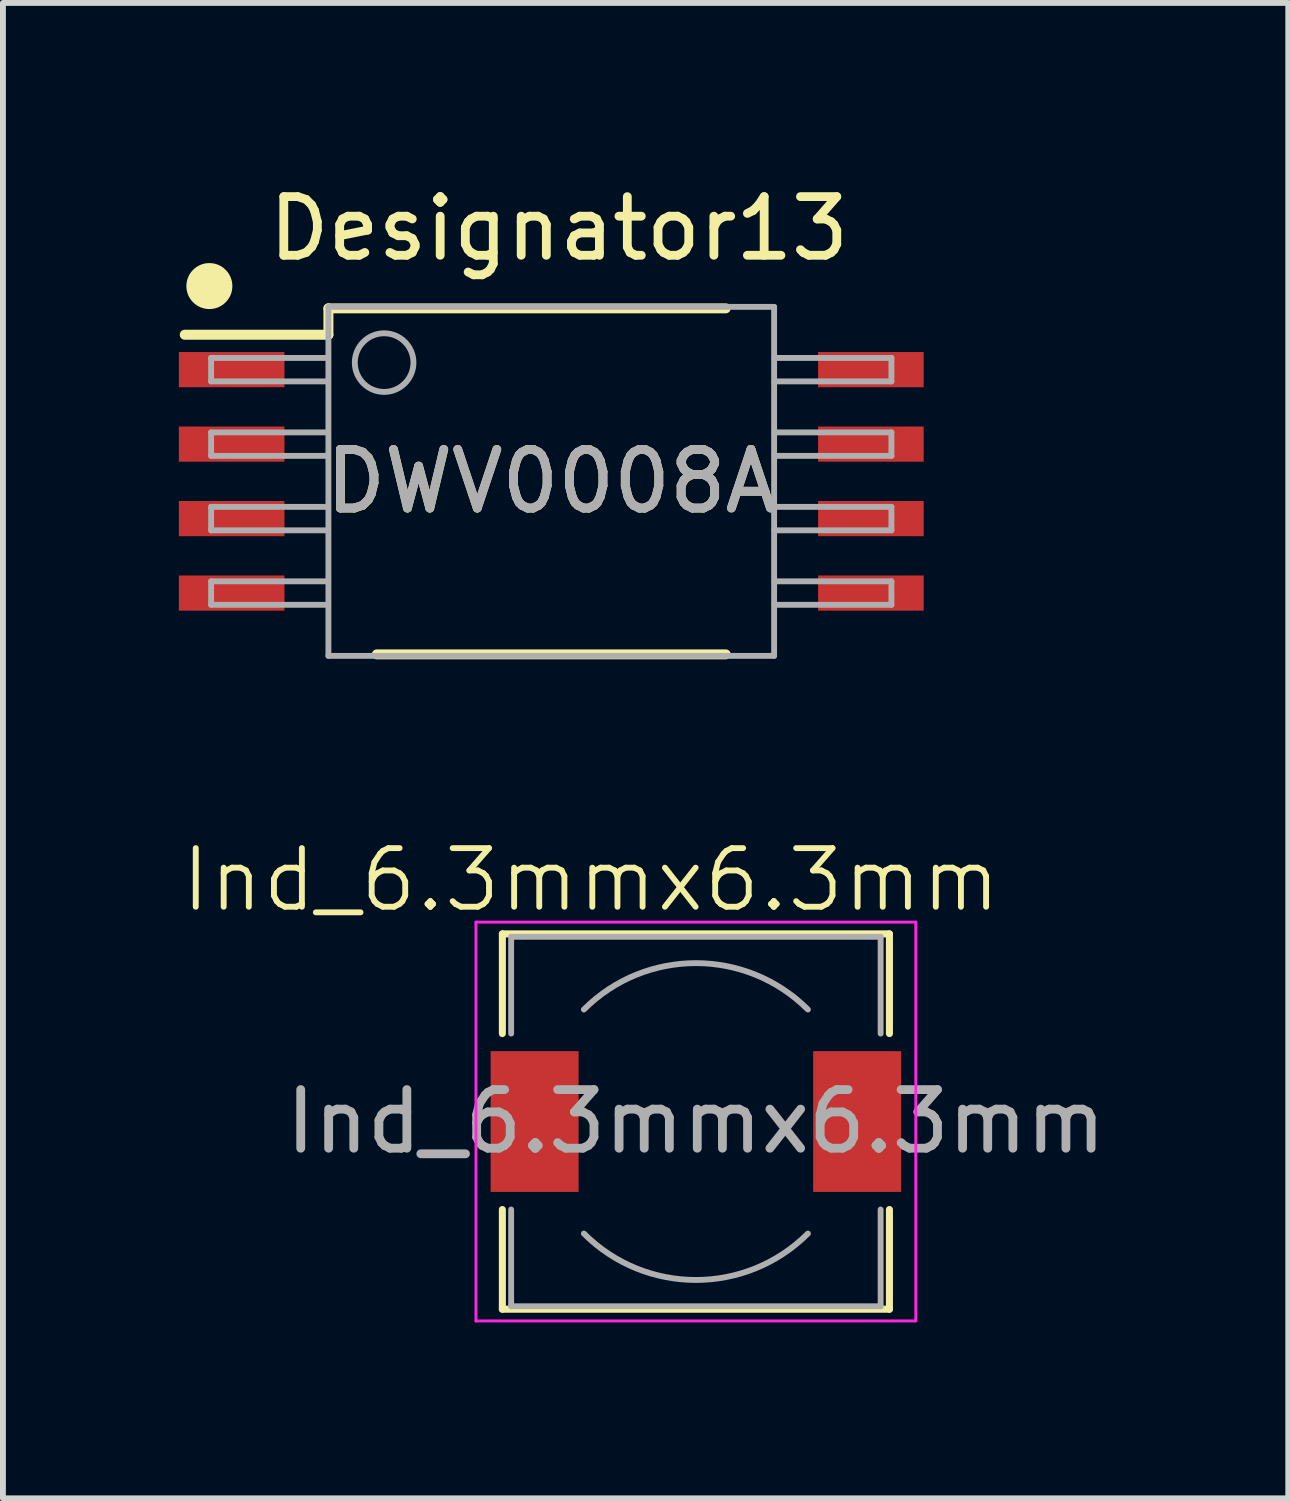
<source format=kicad_pcb>
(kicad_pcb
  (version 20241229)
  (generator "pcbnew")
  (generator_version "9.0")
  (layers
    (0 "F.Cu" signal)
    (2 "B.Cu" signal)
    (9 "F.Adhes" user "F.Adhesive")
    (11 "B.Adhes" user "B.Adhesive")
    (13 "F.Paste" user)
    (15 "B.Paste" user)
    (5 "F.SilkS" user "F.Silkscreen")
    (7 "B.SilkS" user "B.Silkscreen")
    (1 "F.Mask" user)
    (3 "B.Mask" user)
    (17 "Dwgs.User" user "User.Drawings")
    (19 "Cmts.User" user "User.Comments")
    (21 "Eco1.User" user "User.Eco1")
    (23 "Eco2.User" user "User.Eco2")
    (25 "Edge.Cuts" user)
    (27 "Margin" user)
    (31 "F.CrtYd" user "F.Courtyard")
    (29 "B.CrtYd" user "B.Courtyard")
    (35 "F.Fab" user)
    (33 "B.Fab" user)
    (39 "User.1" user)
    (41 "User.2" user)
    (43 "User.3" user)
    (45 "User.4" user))
  (footprint "Ind_6.3mmx6.3mm"
    (layer "F.Cu")
    (at 8.806 16.084)
    (property "Reference" "Ind_6.3mmx6.3mm" (at -1.78 -4.13 0) (unlocked yes) (layer "F.SilkS") (effects (font (size 1 1) (thickness 0.1))))
    (attr smd)
    (fp_line (start -3.29 -3.21) (end 3.31 -3.21) (stroke (width 0.12) (type solid)) (layer "F.SilkS"))
    (fp_line (start -3.29 -1.51) (end -3.29 -3.21) (stroke (width 0.12) (type solid)) (layer "F.SilkS"))
    (fp_line (start -3.29 3.19) (end -3.29 1.49) (stroke (width 0.12) (type solid)) (layer "F.SilkS"))
    (fp_line (start 3.31 -3.21) (end 3.31 -1.51) (stroke (width 0.12) (type solid)) (layer "F.SilkS"))
    (fp_line (start 3.31 1.49) (end 3.31 3.19) (stroke (width 0.12) (type solid)) (layer "F.SilkS"))
    (fp_line (start 3.31 3.19) (end -3.29 3.19) (stroke (width 0.12) (type solid)) (layer "F.SilkS"))
    (fp_line (start -3.74 -3.41) (end -3.74 3.39) (stroke (width 0.05) (type solid)) (layer "F.CrtYd"))
    (fp_line (start -3.74 3.39) (end 3.76 3.39) (stroke (width 0.05) (type solid)) (layer "F.CrtYd"))
    (fp_line (start 3.76 -3.41) (end -3.74 -3.41) (stroke (width 0.05) (type solid)) (layer "F.CrtYd"))
    (fp_line (start 3.76 3.39) (end 3.76 -3.41) (stroke (width 0.05) (type solid)) (layer "F.CrtYd"))
    (fp_line (start -3.14 -3.16) (end -3.14 -1.51) (stroke (width 0.1) (type solid)) (layer "F.Fab"))
    (fp_line (start -3.14 -3.16) (end 3.16 -3.16) (stroke (width 0.1) (type solid)) (layer "F.Fab"))
    (fp_line (start -3.14 3.14) (end -3.14 1.49) (stroke (width 0.1) (type solid)) (layer "F.Fab"))
    (fp_line (start -3.14 3.14) (end 3.16 3.14) (stroke (width 0.1) (type solid)) (layer "F.Fab"))
    (fp_line (start 3.16 -3.16) (end 3.16 -1.51) (stroke (width 0.1) (type solid)) (layer "F.Fab"))
    (fp_line (start 3.16 3.14) (end 3.16 1.49) (stroke (width 0.1) (type solid)) (layer "F.Fab"))
    (fp_arc (start -1.9 -1.92) (mid 0.01 -2.711148) (end 1.92 -1.92) (stroke (width 0.1) (type solid)) (layer "F.Fab"))
    (fp_arc (start 1.92 1.9) (mid 0.01 2.691148) (end -1.9 1.9) (stroke (width 0.1) (type solid)) (layer "F.Fab"))
    (fp_text user "${REFERENCE}" (at 0.01 -0.01 0) (layer "F.Fab") (effects (font (size 1 1) (thickness 0.15))))
    (pad "1" smd rect (at -2.74 -0.01) (size 1.5 2.4) (layers "F.Cu" "F.Mask" "F.Paste"))
    (pad "2" smd rect (at 2.76 -0.01) (size 1.5 2.4) (layers "F.Cu" "F.Mask" "F.Paste")))
  (footprint "DWV0008A"
    (layer "F.Cu")
    (at 6.35 5.158)
    (property "Reference" "DWV0008A" (at 0 0 0) (unlocked yes) (layer "F.SilkS") (effects (font (size 1 1) (thickness 0.15))))
    (attr smd)
    (fp_line (start -6.25 -2.5) (end -3.8 -2.5) (stroke (width 0.17) (type solid)) (layer "F.SilkS"))
    (fp_line (start -3.8 -2.95) (end 2.975 -2.95) (stroke (width 0.17) (type solid)) (layer "F.SilkS"))
    (fp_line (start -3.8 -2.5) (end -3.8 -2.95) (stroke (width 0.17) (type solid)) (layer "F.SilkS"))
    (fp_line (start -2.975 2.95) (end 2.975 2.95) (stroke (width 0.17) (type solid)) (layer "F.SilkS"))
    (fp_circle (center -5.83 -3.33) (end -5.62 -3.06) (stroke (width 0.1) (type solid)) (fill yes) (layer "F.SilkS"))
    (fp_line (start -5.8 -2.105) (end -3.805 -2.105) (stroke (width 0.1) (type solid)) (layer "F.Fab"))
    (fp_line (start -5.8 -1.705) (end -5.8 -2.105) (stroke (width 0.1) (type solid)) (layer "F.Fab"))
    (fp_line (start -5.8 -1.705) (end -3.805 -1.705) (stroke (width 0.1) (type solid)) (layer "F.Fab"))
    (fp_line (start -5.8 -0.835) (end -3.805 -0.835) (stroke (width 0.1) (type solid)) (layer "F.Fab"))
    (fp_line (start -5.8 -0.435) (end -5.8 -0.835) (stroke (width 0.1) (type solid)) (layer "F.Fab"))
    (fp_line (start -5.8 -0.435) (end -3.805 -0.435) (stroke (width 0.1) (type solid)) (layer "F.Fab"))
    (fp_line (start -5.8 0.435) (end -3.805 0.435) (stroke (width 0.1) (type solid)) (layer "F.Fab"))
    (fp_line (start -5.8 0.835) (end -5.8 0.435) (stroke (width 0.1) (type solid)) (layer "F.Fab"))
    (fp_line (start -5.8 0.835) (end -3.805 0.835) (stroke (width 0.1) (type solid)) (layer "F.Fab"))
    (fp_line (start -5.8 1.705) (end -3.805 1.705) (stroke (width 0.1) (type solid)) (layer "F.Fab"))
    (fp_line (start -5.8 2.105) (end -5.8 1.705) (stroke (width 0.1) (type solid)) (layer "F.Fab"))
    (fp_line (start -5.8 2.105) (end -3.805 2.105) (stroke (width 0.1) (type solid)) (layer "F.Fab"))
    (fp_line (start -3.8 -2.975) (end 3.8 -2.975) (stroke (width 0.1) (type solid)) (layer "F.Fab"))
    (fp_line (start -3.8 2.975) (end -3.8 -2.975) (stroke (width 0.1) (type solid)) (layer "F.Fab"))
    (fp_line (start -3.8 2.975) (end 3.8 2.975) (stroke (width 0.1) (type solid)) (layer "F.Fab"))
    (fp_line (start 3.8 2.975) (end 3.8 -2.975) (stroke (width 0.1) (type solid)) (layer "F.Fab"))
    (fp_line (start 3.805 -2.105) (end 5.8 -2.105) (stroke (width 0.1) (type solid)) (layer "F.Fab"))
    (fp_line (start 3.805 -0.835) (end 5.8 -0.835) (stroke (width 0.1) (type solid)) (layer "F.Fab"))
    (fp_line (start 3.805 0.435) (end 5.8 0.435) (stroke (width 0.1) (type solid)) (layer "F.Fab"))
    (fp_line (start 3.805 1.705) (end 5.8 1.705) (stroke (width 0.1) (type solid)) (layer "F.Fab"))
    (fp_line (start 3.805 -1.705) (end 5.8 -1.705) (stroke (width 0.1) (type solid)) (layer "F.Fab"))
    (fp_line (start 3.805 -0.435) (end 5.8 -0.435) (stroke (width 0.1) (type solid)) (layer "F.Fab"))
    (fp_line (start 3.805 0.835) (end 5.8 0.835) (stroke (width 0.1) (type solid)) (layer "F.Fab"))
    (fp_line (start 3.805 2.105) (end 5.8 2.105) (stroke (width 0.1) (type solid)) (layer "F.Fab"))
    (fp_line (start 5.8 -1.705) (end 5.8 -2.105) (stroke (width 0.1) (type solid)) (layer "F.Fab"))
    (fp_line (start 5.8 -0.435) (end 5.8 -0.835) (stroke (width 0.1) (type solid)) (layer "F.Fab"))
    (fp_line (start 5.8 0.835) (end 5.8 0.435) (stroke (width 0.1) (type solid)) (layer "F.Fab"))
    (fp_line (start 5.8 2.105) (end 5.8 1.705) (stroke (width 0.1) (type solid)) (layer "F.Fab"))
    (fp_circle (center -2.85 -2.025) (end -2.35 -2.025) (stroke (width 0.1) (type solid)) (fill no) (layer "F.Fab"))
    (fp_text user "Designator13" (at 0.13 -4.31 0) (unlocked yes) (layer "F.SilkS") (effects (font (size 1 1) (thickness 0.15))))
    (fp_text user "${REFERENCE}" (at 0 0 0) (unlocked yes) (layer "F.Fab") (effects (font (size 1 1) (thickness 0.15))))
    (pad "1" smd rect (at -5.45 -1.905 90) (size 0.6 1.8) (layers "F.Cu" "F.Mask" "F.Paste"))
    (pad "2" smd rect (at -5.45 -0.635 90) (size 0.6 1.8) (layers "F.Cu" "F.Mask" "F.Paste"))
    (pad "3" smd rect (at -5.45 0.635 90) (size 0.6 1.8) (layers "F.Cu" "F.Mask" "F.Paste"))
    (pad "4" smd rect (at -5.45 1.905 90) (size 0.6 1.8) (layers "F.Cu" "F.Mask" "F.Paste"))
    (pad "5" smd rect (at 5.45 1.905 90) (size 0.6 1.8) (layers "F.Cu" "F.Mask" "F.Paste"))
    (pad "6" smd rect (at 5.45 0.635 90) (size 0.6 1.8) (layers "F.Cu" "F.Mask" "F.Paste"))
    (pad "7" smd rect (at 5.45 -0.635 90) (size 0.6 1.8) (layers "F.Cu" "F.Mask" "F.Paste"))
    (pad "8" smd rect (at 5.45 -1.905 90) (size 0.6 1.8) (layers "F.Cu" "F.Mask" "F.Paste")))
  (gr_rect
    (start -3 -3)
    (end 18.917 22.499)
    (stroke (width 0.1) (type default))
    (fill no)
    (layer "Edge.Cuts")))
</source>
